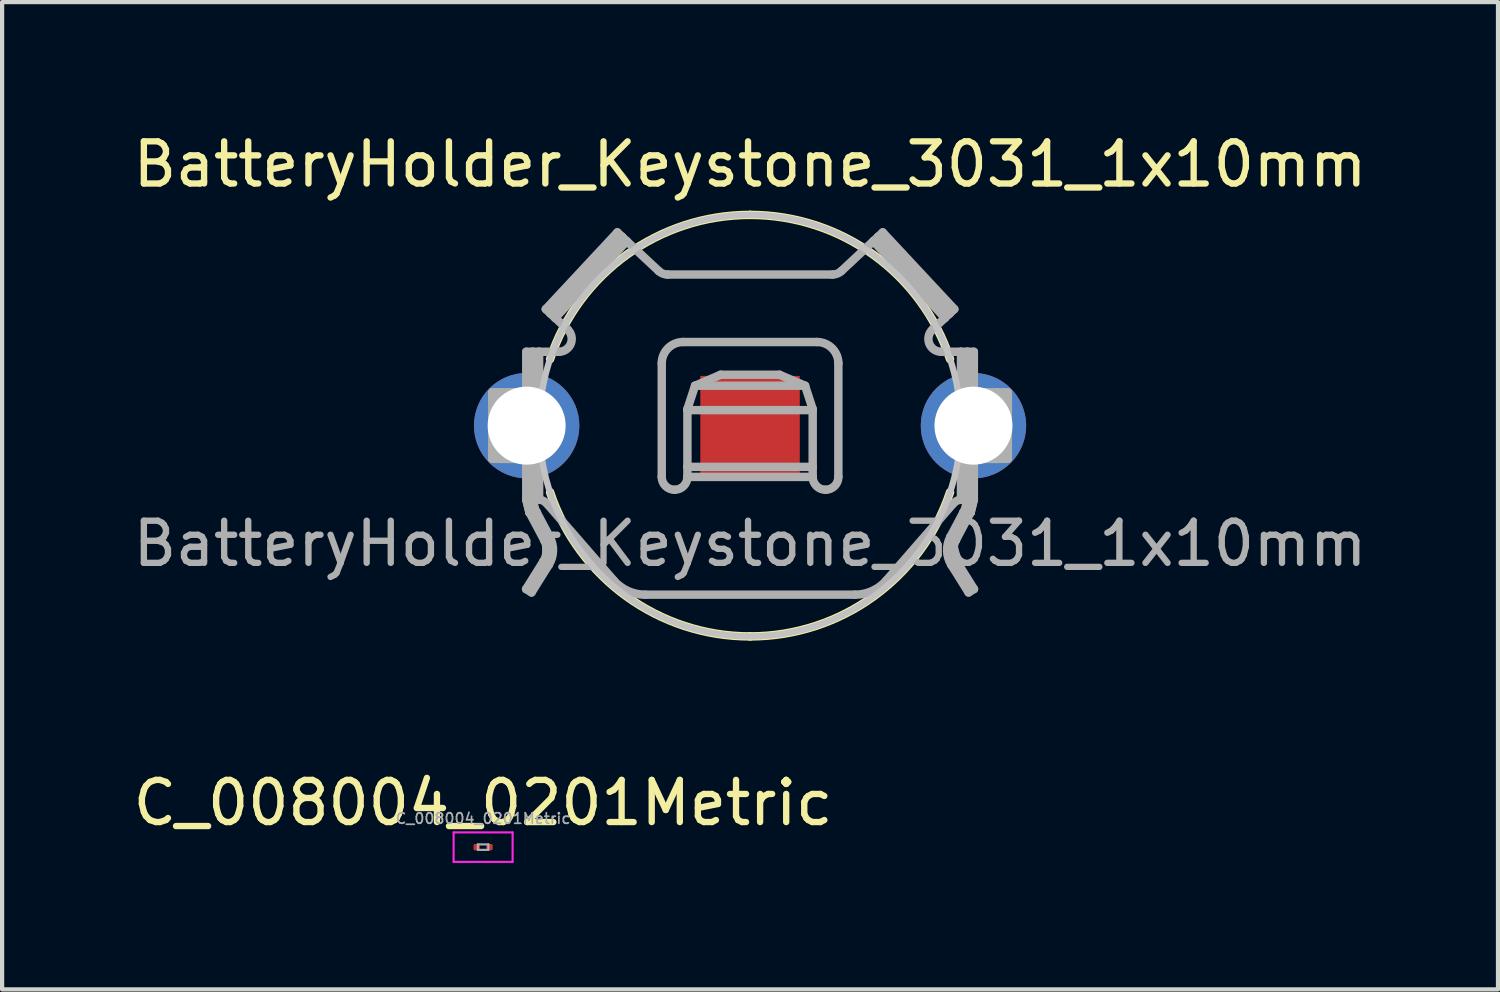
<source format=kicad_pcb>
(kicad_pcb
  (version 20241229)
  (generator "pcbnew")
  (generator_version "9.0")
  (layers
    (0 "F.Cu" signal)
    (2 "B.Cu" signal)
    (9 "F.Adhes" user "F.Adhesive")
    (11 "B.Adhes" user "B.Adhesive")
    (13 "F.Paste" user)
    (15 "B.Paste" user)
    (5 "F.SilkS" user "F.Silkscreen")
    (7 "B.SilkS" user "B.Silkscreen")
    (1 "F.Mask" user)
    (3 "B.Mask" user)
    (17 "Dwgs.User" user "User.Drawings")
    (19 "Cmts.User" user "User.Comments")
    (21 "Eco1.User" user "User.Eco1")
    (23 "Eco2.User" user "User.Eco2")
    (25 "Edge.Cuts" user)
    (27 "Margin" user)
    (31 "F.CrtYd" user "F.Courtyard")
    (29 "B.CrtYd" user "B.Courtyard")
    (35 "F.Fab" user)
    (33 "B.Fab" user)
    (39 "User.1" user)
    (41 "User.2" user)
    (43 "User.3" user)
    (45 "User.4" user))
  (footprint "BatteryHolder_Keystone_3031_1x10mm"
    (layer "F.Cu")
    (at 14.744 7.048)
    (property "Reference" "BatteryHolder_Keystone_3031_1x10mm" (at 0 -6.2 0) (layer "F.SilkS") (effects (font (size 1 1) (thickness 0.15))))
    (attr through_hole)
    (fp_arc (start -4.74438 -1.578245) (mid -2.924788 -4.055319) (end 0 -5) (stroke (width 0.2) (type solid)) (layer "F.SilkS"))
    (fp_arc (start 0 -5) (mid 2.924788 -4.055319) (end 4.74438 -1.578245) (stroke (width 0.2) (type solid)) (layer "F.SilkS"))
    (fp_arc (start 0 5) (mid -2.924788 4.055319) (end -4.74438 1.578245) (stroke (width 0.2) (type solid)) (layer "F.SilkS"))
    (fp_arc (start 4.74438 1.578245) (mid 2.924788 4.055319) (end 0 5) (stroke (width 0.2) (type solid)) (layer "F.SilkS"))
    (fp_circle (center 0 0) (end 5 0) (stroke (width 0.15) (type solid)) (fill no) (layer "Dwgs.User"))
    (fp_line (start -6.116 -0.788) (end -6.116 0.787) (stroke (width 0.2) (type solid)) (layer "F.Fab"))
    (fp_line (start -6.116 -0.788) (end -6.027 -0.788) (stroke (width 0.2) (type solid)) (layer "F.Fab"))
    (fp_line (start -6.027 -0.788) (end -5.452 -0.788) (stroke (width 0.2) (type solid)) (layer "F.Fab"))
    (fp_line (start -6.027 0.787) (end -6.116 0.787) (stroke (width 0.2) (type solid)) (layer "F.Fab"))
    (fp_line (start -6.027 0.787) (end -6.027 -0.788) (stroke (width 0.2) (type solid)) (layer "F.Fab"))
    (fp_line (start -5.919 -0.788) (end -5.245 -0.788) (stroke (width 0.2) (type solid)) (layer "F.Fab"))
    (fp_line (start -5.452 -0.788) (end -5.345 -0.788) (stroke (width 0.2) (type solid)) (layer "F.Fab"))
    (fp_line (start -5.452 0.787) (end -6.027 0.787) (stroke (width 0.2) (type solid)) (layer "F.Fab"))
    (fp_line (start -5.452 0.787) (end -4.896 -0.000449) (stroke (width 0.2) (type solid)) (layer "F.Fab"))
    (fp_line (start -5.345 -0.788) (end -4.788 -0.000449) (stroke (width 0.2) (type solid)) (layer "F.Fab"))
    (fp_line (start -5.345 0.787) (end -5.452 0.787) (stroke (width 0.2) (type solid)) (layer "F.Fab"))
    (fp_line (start -5.313 3.877) (end -4.903 3.221) (stroke (width 0.2) (type solid)) (layer "F.Fab"))
    (fp_line (start -5.309 -1.753) (end -5.309 -0.788) (stroke (width 0.2) (type solid)) (layer "F.Fab"))
    (fp_line (start -5.309 -1.753) (end -5.156 -1.753) (stroke (width 0.2) (type solid)) (layer "F.Fab"))
    (fp_line (start -5.309 0.787) (end -5.309 1.752) (stroke (width 0.2) (type solid)) (layer "F.Fab"))
    (fp_line (start -5.309 1.752) (end -5.234 2.057) (stroke (width 0.2) (type solid)) (layer "F.Fab"))
    (fp_line (start -5.309 1.752) (end -5.156 1.752) (stroke (width 0.2) (type solid)) (layer "F.Fab"))
    (fp_line (start -5.245 -0.788) (end -5.156 -0.788) (stroke (width 0.2) (type solid)) (layer "F.Fab"))
    (fp_line (start -5.245 -0.775) (end -5.245 -0.788) (stroke (width 0.2) (type solid)) (layer "F.Fab"))
    (fp_line (start -5.245 0.787) (end -5.919 0.787) (stroke (width 0.2) (type solid)) (layer "F.Fab"))
    (fp_line (start -5.245 0.787) (end -5.245 0.774) (stroke (width 0.2) (type solid)) (layer "F.Fab"))
    (fp_line (start -5.234 2.057) (end -5.309 1.752) (stroke (width 0.2) (type solid)) (layer "F.Fab"))
    (fp_line (start -5.231 2.062) (end -4.885 2.713) (stroke (width 0.2) (type solid)) (layer "F.Fab"))
    (fp_line (start -5.221 1.752) (end -5.221 2.057) (stroke (width 0.2) (type solid)) (layer "F.Fab"))
    (fp_line (start -5.221 2.057) (end -5.234 2.057) (stroke (width 0.2) (type solid)) (layer "F.Fab"))
    (fp_line (start -5.221 2.057) (end -5.231 2.062) (stroke (width 0.2) (type solid)) (layer "F.Fab"))
    (fp_line (start -5.184 3.957) (end -5.313 3.877) (stroke (width 0.2) (type solid)) (layer "F.Fab"))
    (fp_line (start -5.184 3.957) (end -4.774 3.301) (stroke (width 0.2) (type solid)) (layer "F.Fab"))
    (fp_line (start -5.156 -1.753) (end -5.156 -0.788) (stroke (width 0.2) (type solid)) (layer "F.Fab"))
    (fp_line (start -5.156 -0.788) (end -5.156 -0.741) (stroke (width 0.2) (type solid)) (layer "F.Fab"))
    (fp_line (start -5.156 0.741) (end -5.156 0.787) (stroke (width 0.2) (type solid)) (layer "F.Fab"))
    (fp_line (start -5.156 0.787) (end -5.245 0.787) (stroke (width 0.2) (type solid)) (layer "F.Fab"))
    (fp_line (start -5.156 0.787) (end -5.156 1.752) (stroke (width 0.2) (type solid)) (layer "F.Fab"))
    (fp_line (start -5.156 1.752) (end -5.097 1.991) (stroke (width 0.2) (type solid)) (layer "F.Fab"))
    (fp_line (start -5.156 1.752) (end -5.004 1.752) (stroke (width 0.2) (type solid)) (layer "F.Fab"))
    (fp_line (start -5.097 1.991) (end -5.061 2.057) (stroke (width 0.2) (type solid)) (layer "F.Fab"))
    (fp_line (start -5.061 2.057) (end -5.221 2.057) (stroke (width 0.2) (type solid)) (layer "F.Fab"))
    (fp_line (start -5.061 2.057) (end -4.751 2.641) (stroke (width 0.2) (type solid)) (layer "F.Fab"))
    (fp_line (start -5.004 -1.753) (end -5.156 -1.753) (stroke (width 0.2) (type solid)) (layer "F.Fab"))
    (fp_line (start -5.004 -1.753) (end -4.535 -1.753) (stroke (width 0.2) (type solid)) (layer "F.Fab"))
    (fp_line (start -5.004 1.752) (end -5.004 0.622) (stroke (width 0.2) (type solid)) (layer "F.Fab"))
    (fp_line (start -5.004 -0.623) (end -5.004 -1.753) (stroke (width 0.2) (type solid)) (layer "F.Fab"))
    (fp_line (start -4.903 3.221) (end -4.774 3.301) (stroke (width 0.2) (type solid)) (layer "F.Fab"))
    (fp_line (start -4.896 -0.000449) (end -5.452 -0.788) (stroke (width 0.2) (type solid)) (layer "F.Fab"))
    (fp_line (start -4.885 2.713) (end -4.751 2.641) (stroke (width 0.2) (type solid)) (layer "F.Fab"))
    (fp_line (start -4.846 -2.764) (end -4.734 -2.66) (stroke (width 0.2) (type solid)) (layer "F.Fab"))
    (fp_line (start -4.846 -2.764) (end -3.148 -4.585) (stroke (width 0.2) (type solid)) (layer "F.Fab"))
    (fp_line (start -4.788 -0.000449) (end -5.345 0.787) (stroke (width 0.2) (type solid)) (layer "F.Fab"))
    (fp_line (start -4.788 -0.000449) (end -4.896 -0.000449) (stroke (width 0.2) (type solid)) (layer "F.Fab"))
    (fp_line (start -4.734 -2.66) (end -4.623 -2.556) (stroke (width 0.2) (type solid)) (layer "F.Fab"))
    (fp_line (start -4.734 -2.66) (end -3.037 -4.481) (stroke (width 0.2) (type solid)) (layer "F.Fab"))
    (fp_line (start -4.623 -2.556) (end -2.925 -4.377) (stroke (width 0.2) (type solid)) (layer "F.Fab"))
    (fp_line (start -4.328 -2.281) (end -4.623 -2.556) (stroke (width 0.2) (type solid)) (layer "F.Fab"))
    (fp_line (start -3.237 3.669) (end -4.815 1.854) (stroke (width 0.2) (type solid)) (layer "F.Fab"))
    (fp_line (start -3.148 -4.585) (end -3.037 -4.481) (stroke (width 0.2) (type solid)) (layer "F.Fab"))
    (fp_line (start -2.925 -4.377) (end -3.037 -4.481) (stroke (width 0.2) (type solid)) (layer "F.Fab"))
    (fp_line (start -2.925 -4.377) (end -2.164 -3.666) (stroke (width 0.2) (type solid)) (layer "F.Fab"))
    (fp_line (start -2.095 1.216) (end -2.095 -1.476) (stroke (width 0.2) (type solid)) (layer "F.Fab"))
    (fp_line (start -1.956 -3.585) (end 1.956 -3.585) (stroke (width 0.2) (type solid)) (layer "F.Fab"))
    (fp_line (start -1.587 -1.984) (end 1.587 -1.984) (stroke (width 0.2) (type solid)) (layer "F.Fab"))
    (fp_line (start -1.486 -0.368) (end -1.486 -0.395) (stroke (width 0.2) (type solid)) (layer "F.Fab"))
    (fp_line (start -1.486 -0.368) (end 1.486 -0.368) (stroke (width 0.2) (type solid)) (layer "F.Fab"))
    (fp_line (start -1.486 0.978) (end -1.486 -0.368) (stroke (width 0.2) (type solid)) (layer "F.Fab"))
    (fp_line (start -1.486 0.978) (end -1.486 1.216) (stroke (width 0.2) (type solid)) (layer "F.Fab"))
    (fp_line (start -1.305 -0.947) (end -1.486 -0.395) (stroke (width 0.2) (type solid)) (layer "F.Fab"))
    (fp_line (start -0.698 -1.208) (end -1.305 -0.947) (stroke (width 0.2) (type solid)) (layer "F.Fab"))
    (fp_line (start 0.699 -1.208) (end -0.698 -1.208) (stroke (width 0.2) (type solid)) (layer "F.Fab"))
    (fp_line (start 1.305 -0.947) (end -1.305 -0.947) (stroke (width 0.2) (type solid)) (layer "F.Fab"))
    (fp_line (start 1.305 -0.947) (end 0.699 -1.208) (stroke (width 0.2) (type solid)) (layer "F.Fab"))
    (fp_line (start 1.486 -0.395) (end 1.305 -0.947) (stroke (width 0.2) (type solid)) (layer "F.Fab"))
    (fp_line (start 1.486 -0.395) (end 1.486 -0.368) (stroke (width 0.2) (type solid)) (layer "F.Fab"))
    (fp_line (start 1.486 -0.368) (end 1.486 0.978) (stroke (width 0.2) (type solid)) (layer "F.Fab"))
    (fp_line (start 1.486 0.978) (end -1.486 0.978) (stroke (width 0.2) (type solid)) (layer "F.Fab"))
    (fp_line (start 1.486 1.216) (end -1.486 1.216) (stroke (width 0.2) (type solid)) (layer "F.Fab"))
    (fp_line (start 1.486 1.216) (end 1.486 0.978) (stroke (width 0.2) (type solid)) (layer "F.Fab"))
    (fp_line (start 2.095 -1.476) (end 2.095 1.216) (stroke (width 0.2) (type solid)) (layer "F.Fab"))
    (fp_line (start 2.164 -3.666) (end 2.925 -4.377) (stroke (width 0.2) (type solid)) (layer "F.Fab"))
    (fp_line (start 2.489 4.01) (end -2.489 4.01) (stroke (width 0.2) (type solid)) (layer "F.Fab"))
    (fp_line (start 2.925 -4.377) (end 4.623 -2.556) (stroke (width 0.2) (type solid)) (layer "F.Fab"))
    (fp_line (start 3.037 -4.481) (end 2.925 -4.377) (stroke (width 0.2) (type solid)) (layer "F.Fab"))
    (fp_line (start 3.037 -4.481) (end 4.734 -2.66) (stroke (width 0.2) (type solid)) (layer "F.Fab"))
    (fp_line (start 3.148 -4.585) (end 3.037 -4.481) (stroke (width 0.2) (type solid)) (layer "F.Fab"))
    (fp_line (start 3.148 -4.585) (end 4.846 -2.764) (stroke (width 0.2) (type solid)) (layer "F.Fab"))
    (fp_line (start 4.535 -1.753) (end 5.004 -1.753) (stroke (width 0.2) (type solid)) (layer "F.Fab"))
    (fp_line (start 4.623 -2.556) (end 4.328 -2.281) (stroke (width 0.2) (type solid)) (layer "F.Fab"))
    (fp_line (start 4.623 -2.556) (end 4.734 -2.66) (stroke (width 0.2) (type solid)) (layer "F.Fab"))
    (fp_line (start 4.788 -0.000449) (end 5.345 -0.788) (stroke (width 0.2) (type solid)) (layer "F.Fab"))
    (fp_line (start 4.815 1.854) (end 3.237 3.669) (stroke (width 0.2) (type solid)) (layer "F.Fab"))
    (fp_line (start 4.846 -2.764) (end 4.734 -2.66) (stroke (width 0.2) (type solid)) (layer "F.Fab"))
    (fp_line (start 4.885 2.713) (end 4.751 2.641) (stroke (width 0.2) (type solid)) (layer "F.Fab"))
    (fp_line (start 4.896 -0.000449) (end 4.788 -0.000449) (stroke (width 0.2) (type solid)) (layer "F.Fab"))
    (fp_line (start 4.896 -0.000449) (end 5.452 0.787) (stroke (width 0.2) (type solid)) (layer "F.Fab"))
    (fp_line (start 4.903 3.221) (end 4.774 3.301) (stroke (width 0.2) (type solid)) (layer "F.Fab"))
    (fp_line (start 5.004 -1.753) (end 5.004 -0.623) (stroke (width 0.2) (type solid)) (layer "F.Fab"))
    (fp_line (start 5.004 0.622) (end 5.004 1.752) (stroke (width 0.2) (type solid)) (layer "F.Fab"))
    (fp_line (start 5.004 1.752) (end 5.156 1.752) (stroke (width 0.2) (type solid)) (layer "F.Fab"))
    (fp_line (start 5.061 2.057) (end 4.751 2.641) (stroke (width 0.2) (type solid)) (layer "F.Fab"))
    (fp_line (start 5.061 2.057) (end 5.097 1.991) (stroke (width 0.2) (type solid)) (layer "F.Fab"))
    (fp_line (start 5.097 1.991) (end 5.156 1.752) (stroke (width 0.2) (type solid)) (layer "F.Fab"))
    (fp_line (start 5.156 -1.753) (end 5.004 -1.753) (stroke (width 0.2) (type solid)) (layer "F.Fab"))
    (fp_line (start 5.156 -1.753) (end 5.156 -0.788) (stroke (width 0.2) (type solid)) (layer "F.Fab"))
    (fp_line (start 5.156 -0.788) (end 5.245 -0.788) (stroke (width 0.2) (type solid)) (layer "F.Fab"))
    (fp_line (start 5.156 -0.741) (end 5.156 -0.788) (stroke (width 0.2) (type solid)) (layer "F.Fab"))
    (fp_line (start 5.156 0.787) (end 5.156 0.741) (stroke (width 0.2) (type solid)) (layer "F.Fab"))
    (fp_line (start 5.156 0.787) (end 5.156 1.752) (stroke (width 0.2) (type solid)) (layer "F.Fab"))
    (fp_line (start 5.184 3.957) (end 4.774 3.301) (stroke (width 0.2) (type solid)) (layer "F.Fab"))
    (fp_line (start 5.184 3.957) (end 5.313 3.877) (stroke (width 0.2) (type solid)) (layer "F.Fab"))
    (fp_line (start 5.221 2.057) (end 5.061 2.057) (stroke (width 0.2) (type solid)) (layer "F.Fab"))
    (fp_line (start 5.221 2.057) (end 5.221 1.752) (stroke (width 0.2) (type solid)) (layer "F.Fab"))
    (fp_line (start 5.221 2.057) (end 5.231 2.062) (stroke (width 0.2) (type solid)) (layer "F.Fab"))
    (fp_line (start 5.231 2.062) (end 4.885 2.713) (stroke (width 0.2) (type solid)) (layer "F.Fab"))
    (fp_line (start 5.234 2.057) (end 5.221 2.057) (stroke (width 0.2) (type solid)) (layer "F.Fab"))
    (fp_line (start 5.234 2.057) (end 5.309 1.752) (stroke (width 0.2) (type solid)) (layer "F.Fab"))
    (fp_line (start 5.245 -0.788) (end 5.245 -0.775) (stroke (width 0.2) (type solid)) (layer "F.Fab"))
    (fp_line (start 5.245 0.774) (end 5.245 0.787) (stroke (width 0.2) (type solid)) (layer "F.Fab"))
    (fp_line (start 5.245 0.787) (end 5.156 0.787) (stroke (width 0.2) (type solid)) (layer "F.Fab"))
    (fp_line (start 5.245 0.787) (end 5.919 0.787) (stroke (width 0.2) (type solid)) (layer "F.Fab"))
    (fp_line (start 5.309 -1.753) (end 5.156 -1.753) (stroke (width 0.2) (type solid)) (layer "F.Fab"))
    (fp_line (start 5.309 -1.753) (end 5.309 -0.788) (stroke (width 0.2) (type solid)) (layer "F.Fab"))
    (fp_line (start 5.309 0.787) (end 5.309 1.752) (stroke (width 0.2) (type solid)) (layer "F.Fab"))
    (fp_line (start 5.309 1.752) (end 5.156 1.752) (stroke (width 0.2) (type solid)) (layer "F.Fab"))
    (fp_line (start 5.309 1.752) (end 5.234 2.057) (stroke (width 0.2) (type solid)) (layer "F.Fab"))
    (fp_line (start 5.313 3.877) (end 4.903 3.221) (stroke (width 0.2) (type solid)) (layer "F.Fab"))
    (fp_line (start 5.345 -0.788) (end 5.452 -0.788) (stroke (width 0.2) (type solid)) (layer "F.Fab"))
    (fp_line (start 5.345 0.787) (end 4.788 -0.000449) (stroke (width 0.2) (type solid)) (layer "F.Fab"))
    (fp_line (start 5.452 -0.788) (end 4.896 -0.000449) (stroke (width 0.2) (type solid)) (layer "F.Fab"))
    (fp_line (start 5.452 0.787) (end 5.345 0.787) (stroke (width 0.2) (type solid)) (layer "F.Fab"))
    (fp_line (start 5.452 0.787) (end 6.027 0.787) (stroke (width 0.2) (type solid)) (layer "F.Fab"))
    (fp_line (start 5.919 -0.788) (end 5.245 -0.788) (stroke (width 0.2) (type solid)) (layer "F.Fab"))
    (fp_line (start 6.027 -0.788) (end 5.452 -0.788) (stroke (width 0.2) (type solid)) (layer "F.Fab"))
    (fp_line (start 6.027 -0.788) (end 6.027 0.787) (stroke (width 0.2) (type solid)) (layer "F.Fab"))
    (fp_line (start 6.027 -0.788) (end 6.116 -0.788) (stroke (width 0.2) (type solid)) (layer "F.Fab"))
    (fp_line (start 6.116 0.787) (end 6.027 0.787) (stroke (width 0.2) (type solid)) (layer "F.Fab"))
    (fp_line (start 6.116 0.787) (end 6.116 -0.788) (stroke (width 0.2) (type solid)) (layer "F.Fab"))
    (fp_arc (start -5.231298 2.062189) (mid -5.232682 2.059573) (end -5.234054 2.05695) (stroke (width 0.2) (type solid)) (layer "F.Fab"))
    (fp_arc (start -5.003799 1.75215) (mid -4.899912 1.785961) (end -4.814621 1.854233) (stroke (width 0.2) (type solid)) (layer "F.Fab"))
    (fp_arc (start -4.885325 2.71287) (mid -4.826172 2.96909) (end -4.903054 3.22056) (stroke (width 0.2) (type solid)) (layer "F.Fab"))
    (fp_arc (start -4.750763 2.641322) (mid -4.673864 2.974409) (end -4.773811 3.30132) (stroke (width 0.2) (type solid)) (layer "F.Fab"))
    (fp_arc (start -4.327535 -2.280766) (mid -4.251816 -1.94614) (end -4.535408 -1.753049) (stroke (width 0.2) (type solid)) (layer "F.Fab"))
    (fp_arc (start -2.489199 4.009999) (mid -2.899994 3.920807) (end -3.236815 3.669292) (stroke (width 0.2) (type solid)) (layer "F.Fab"))
    (fp_arc (start -2.095499 -1.4764) (mid -1.946709 -1.83561) (end -1.587499 -1.9844) (stroke (width 0.2) (type solid)) (layer "F.Fab"))
    (fp_arc (start -1.9558 -3.584599) (mid -2.06751 -3.605808) (end -2.163673 -3.666483) (stroke (width 0.2) (type solid)) (layer "F.Fab"))
    (fp_arc (start -1.790699 1.5208) (mid -2.006226 1.431526) (end -2.0955 1.215999) (stroke (width 0.2) (type solid)) (layer "F.Fab"))
    (fp_arc (start -1.485899 1.215999) (mid -1.575173 1.431525) (end -1.790699 1.520799) (stroke (width 0.2) (type solid)) (layer "F.Fab"))
    (fp_arc (start 1.5875 -1.9844) (mid 1.94671 -1.83561) (end 2.0955 -1.4764) (stroke (width 0.2) (type solid)) (layer "F.Fab"))
    (fp_arc (start 1.7907 1.520799) (mid 1.575174 1.431525) (end 1.4859 1.215999) (stroke (width 0.2) (type solid)) (layer "F.Fab"))
    (fp_arc (start 2.0955 1.215999) (mid 2.006226 1.431525) (end 1.7907 1.520799) (stroke (width 0.2) (type solid)) (layer "F.Fab"))
    (fp_arc (start 2.163673 -3.666482) (mid 2.067509 -3.605807) (end 1.9558 -3.584599) (stroke (width 0.2) (type solid)) (layer "F.Fab"))
    (fp_arc (start 3.236815 3.669292) (mid 2.899995 3.920807) (end 2.4892 4.01) (stroke (width 0.2) (type solid)) (layer "F.Fab"))
    (fp_arc (start 4.535408 -1.75305) (mid 4.251818 -1.94614) (end 4.327535 -2.280765) (stroke (width 0.2) (type solid)) (layer "F.Fab"))
    (fp_arc (start 4.773811 3.301319) (mid 4.673865 2.974408) (end 4.750764 2.641322) (stroke (width 0.2) (type solid)) (layer "F.Fab"))
    (fp_arc (start 4.814621 1.854232) (mid 4.899913 1.78596) (end 5.0038 1.75215) (stroke (width 0.2) (type solid)) (layer "F.Fab"))
    (fp_arc (start 4.903054 3.22056) (mid 4.826172 2.96909) (end 4.885325 2.71287) (stroke (width 0.2) (type solid)) (layer "F.Fab"))
    (fp_arc (start 5.234054 2.05695) (mid 5.232682 2.059573) (end 5.231298 2.062189) (stroke (width 0.2) (type solid)) (layer "F.Fab"))
    (fp_text user "${REFERENCE}" (at 0 2.8 0) (layer "F.Fab") (effects (font (size 1 1) (thickness 0.15))))
    (pad "1" thru_hole circle (at -5.3 0) (size 2.5 2.5) (drill 1.85) (layers "*.Cu" "*.Mask"))
    (pad "1" thru_hole circle (at 5.3 0) (size 2.5 2.5) (drill 1.85) (layers "*.Cu" "*.Mask"))
    (pad "2" smd rect (at 0 0) (size 2.36 2.36) (layers "F.Cu" "F.Mask")))
  (footprint "C_008004_0201Metric"
    (layer "F.Cu")
    (at 8.411 17.047)
    (property "Reference" "C_008004_0201Metric" (at 0 -1.05 0) (layer "F.SilkS") (effects (font (size 1 1) (thickness 0.15))))
    (attr smd)
    (fp_line (start -0.7 -0.35) (end 0.7 -0.35) (stroke (width 0.05) (type solid)) (layer "F.CrtYd"))
    (fp_line (start -0.7 0.35) (end -0.7 -0.35) (stroke (width 0.05) (type solid)) (layer "F.CrtYd"))
    (fp_line (start 0.7 -0.35) (end 0.7 0.35) (stroke (width 0.05) (type solid)) (layer "F.CrtYd"))
    (fp_line (start 0.7 0.35) (end -0.7 0.35) (stroke (width 0.05) (type solid)) (layer "F.CrtYd"))
    (fp_line (start -0.125 -0.065) (end 0.125 -0.065) (stroke (width 0.05) (type solid)) (layer "F.Fab"))
    (fp_line (start -0.125 0.065) (end -0.125 -0.065) (stroke (width 0.05) (type solid)) (layer "F.Fab"))
    (fp_line (start 0.125 -0.065) (end 0.125 0.065) (stroke (width 0.05) (type solid)) (layer "F.Fab"))
    (fp_line (start 0.125 0.065) (end -0.125 0.065) (stroke (width 0.05) (type solid)) (layer "F.Fab"))
    (fp_text user "${REFERENCE}" (at 0 -0.68 0) (layer "F.Fab") (effects (font (size 0.25 0.25) (thickness 0.04))))
    (pad "1" smd roundrect (at -0.152 0) (size 0.152 0.152) (layers "F.Cu" "F.Mask" "F.Paste") (roundrect_rratio 0.25))
    (pad "2" smd roundrect (at 0.152 0) (size 0.152 0.152) (layers "F.Cu" "F.Mask") (roundrect_rratio 0.25)))
  (gr_rect
    (start -3 -3)
    (end 32.488 20.422)
    (stroke (width 0.1) (type default))
    (fill no)
    (layer "Edge.Cuts")))
</source>
